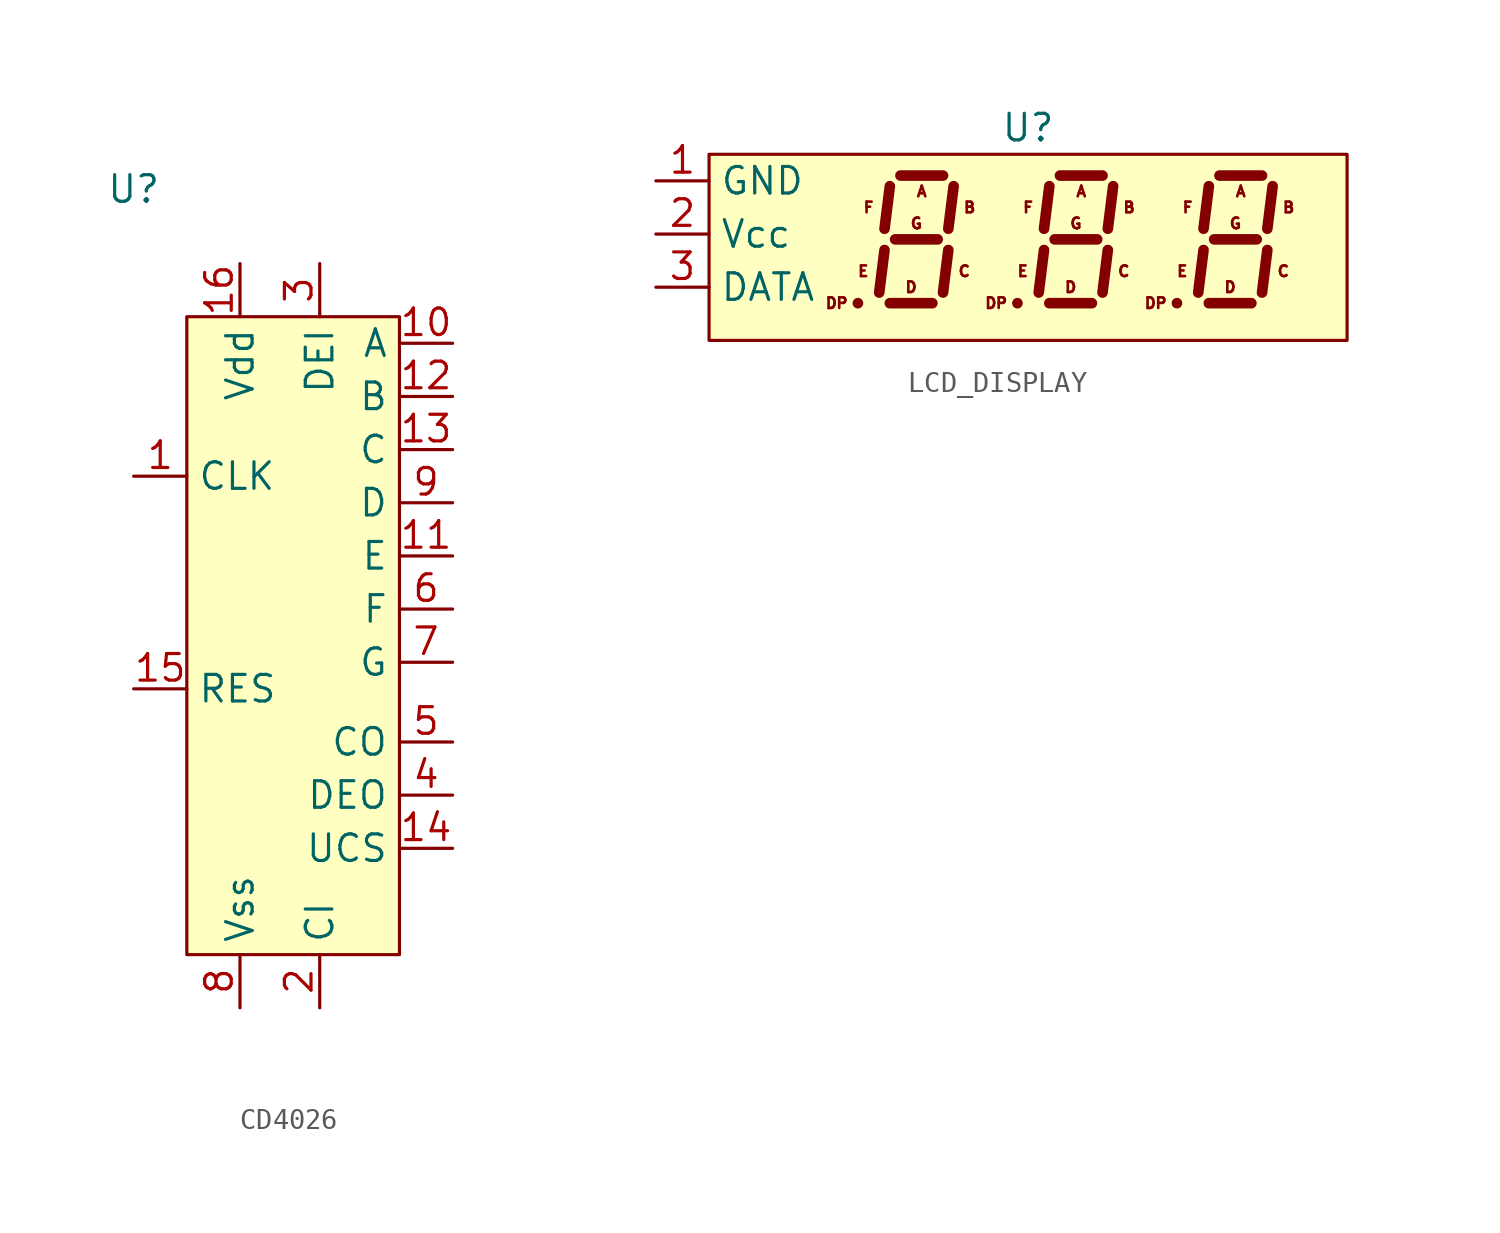
<source format=kicad_sym>
(kicad_symbol_lib
  (version 20241209)
  (generator "kicad_symbol_editor")
  (generator_version "9.0")
  (symbol "CD4026"
    (property "Reference" "U"
      (at -2.54 8.636 0)
      (effects (font (size 1.27 1.27))))
    (property "Value" ""
      (at 0 0 0)
      (effects (font (size 1.27 1.27))))
    (symbol "CD4026_1_1"
      (rectangle (start 0 2.54) (end 10.16 -27.94) (stroke (width 0) (type solid)) (fill (type background)))
      (pin input line (at -2.54 -5.08 0) (length 2.54) (name "CLK" (effects (font (size 1.27 1.27)))) (number "1" (effects (font (size 1.27 1.27)))))
      (pin input line (at -2.54 -15.24 0) (length 2.54) (name "RES" (effects (font (size 1.27 1.27)))) (number "15" (effects (font (size 1.27 1.27)))))
      (pin input line (at 2.54 5.08 270) (length 2.54) (name "Vdd" (effects (font (size 1.27 1.27)))) (number "16" (effects (font (size 1.27 1.27)))))
      (pin input line (at 2.54 -30.48 90) (length 2.54) (name "Vss" (effects (font (size 1.27 1.27)))) (number "8" (effects (font (size 1.27 1.27)))))
      (pin input line (at 6.35 5.08 270) (length 2.54) (name "DEI" (effects (font (size 1.27 1.27)))) (number "3" (effects (font (size 1.27 1.27)))))
      (pin input line (at 6.35 -30.48 90) (length 2.54) (name "CI" (effects (font (size 1.27 1.27)))) (number "2" (effects (font (size 1.27 1.27)))))
      (pin input line (at 12.7 1.27 180) (length 2.54) (name "A" (effects (font (size 1.27 1.27)))) (number "10" (effects (font (size 1.27 1.27)))))
      (pin input line (at 12.7 -1.27 180) (length 2.54) (name "B" (effects (font (size 1.27 1.27)))) (number "12" (effects (font (size 1.27 1.27)))))
      (pin input line (at 12.7 -3.81 180) (length 2.54) (name "C" (effects (font (size 1.27 1.27)))) (number "13" (effects (font (size 1.27 1.27)))))
      (pin input line (at 12.7 -6.35 180) (length 2.54) (name "D" (effects (font (size 1.27 1.27)))) (number "9" (effects (font (size 1.27 1.27)))))
      (pin input line (at 12.7 -8.89 180) (length 2.54) (name "E" (effects (font (size 1.27 1.27)))) (number "11" (effects (font (size 1.27 1.27)))))
      (pin input line (at 12.7 -11.43 180) (length 2.54) (name "F" (effects (font (size 1.27 1.27)))) (number "6" (effects (font (size 1.27 1.27)))))
      (pin input line (at 12.7 -13.97 180) (length 2.54) (name "G" (effects (font (size 1.27 1.27)))) (number "7" (effects (font (size 1.27 1.27)))))
      (pin input line (at 12.7 -17.78 180) (length 2.54) (name "CO" (effects (font (size 1.27 1.27)))) (number "5" (effects (font (size 1.27 1.27)))))
      (pin input line (at 12.7 -20.32 180) (length 2.54) (name "DEO" (effects (font (size 1.27 1.27)))) (number "4" (effects (font (size 1.27 1.27)))))
      (pin input line (at 12.7 -22.86 180) (length 2.54) (name "UCS" (effects (font (size 1.27 1.27)))) (number "14" (effects (font (size 1.27 1.27)))))))
  (symbol "LCD_DISPLAY"
    (property "Reference" "U"
      (at 0 0 0)
      (effects (font (size 1.27 1.27))))
    (property "Value" ""
      (at 0 0 0)
      (effects (font (size 1.27 1.27))))
    (symbol "LCD_DISPLAY_0_0"
      (text "DP" (at -9.144 -8.382 0) (effects (font (size 0.508 0.508))))
      (text "E" (at -7.874 -6.858 0) (effects (font (size 0.508 0.508))))
      (text "F" (at -7.62 -3.81 0) (effects (font (size 0.508 0.508))))
      (text "D" (at -5.588 -7.62 0) (effects (font (size 0.508 0.508))))
      (text "G" (at -5.334 -4.572 0) (effects (font (size 0.508 0.508))))
      (text "A" (at -5.08 -3.048 0) (effects (font (size 0.508 0.508))))
      (text "C" (at -3.048 -6.858 0) (effects (font (size 0.508 0.508))))
      (text "B" (at -2.794 -3.81 0) (effects (font (size 0.508 0.508))))
      (text "DP" (at -1.524 -8.382 0) (effects (font (size 0.508 0.508))))
      (text "E" (at -0.254 -6.858 0) (effects (font (size 0.508 0.508))))
      (text "F" (at 0 -3.81 0) (effects (font (size 0.508 0.508))))
      (text "D" (at 2.032 -7.62 0) (effects (font (size 0.508 0.508))))
      (text "G" (at 2.286 -4.572 0) (effects (font (size 0.508 0.508))))
      (text "A" (at 2.54 -3.048 0) (effects (font (size 0.508 0.508))))
      (text "C" (at 4.572 -6.858 0) (effects (font (size 0.508 0.508))))
      (text "B" (at 4.826 -3.81 0) (effects (font (size 0.508 0.508))))
      (text "DP" (at 6.096 -8.382 0) (effects (font (size 0.508 0.508))))
      (text "E" (at 7.366 -6.858 0) (effects (font (size 0.508 0.508))))
      (text "F" (at 7.62 -3.81 0) (effects (font (size 0.508 0.508))))
      (text "D" (at 9.652 -7.62 0) (effects (font (size 0.508 0.508))))
      (text "G" (at 9.906 -4.572 0) (effects (font (size 0.508 0.508))))
      (text "A" (at 10.16 -3.048 0) (effects (font (size 0.508 0.508))))
      (text "C" (at 12.192 -6.858 0) (effects (font (size 0.508 0.508))))
      (text "B" (at 12.446 -3.81 0) (effects (font (size 0.508 0.508)))))
    (symbol "LCD_DISPLAY_0_1"
      (polyline (pts (xy -8.128 -8.382) (xy -8.128 -8.382)) (stroke (width 0.508) (type default)) (fill (type none)))
      (polyline (pts (xy -6.858 -5.842) (xy -7.112 -7.874)) (stroke (width 0.508) (type default)) (fill (type none)))
      (polyline (pts (xy -6.604 -2.794) (xy -6.858 -4.826)) (stroke (width 0.508) (type default)) (fill (type none)))
      (polyline (pts (xy -6.604 -8.382) (xy -4.572 -8.382)) (stroke (width 0.508) (type default)) (fill (type none)))
      (polyline (pts (xy -6.35 -5.334) (xy -4.318 -5.334)) (stroke (width 0.508) (type default)) (fill (type none)))
      (polyline (pts (xy -6.096 -2.286) (xy -4.064 -2.286)) (stroke (width 0.508) (type default)) (fill (type none)))
      (polyline (pts (xy -3.81 -5.842) (xy -4.064 -7.874)) (stroke (width 0.508) (type default)) (fill (type none)))
      (polyline (pts (xy -3.556 -2.794) (xy -3.81 -4.826)) (stroke (width 0.508) (type default)) (fill (type none)))
      (polyline (pts (xy -0.508 -8.382) (xy -0.508 -8.382)) (stroke (width 0.508) (type default)) (fill (type none)))
      (polyline (pts (xy 0.762 -5.842) (xy 0.508 -7.874)) (stroke (width 0.508) (type default)) (fill (type none)))
      (polyline (pts (xy 1.016 -2.794) (xy 0.762 -4.826)) (stroke (width 0.508) (type default)) (fill (type none)))
      (polyline (pts (xy 1.016 -8.382) (xy 3.048 -8.382)) (stroke (width 0.508) (type default)) (fill (type none)))
      (polyline (pts (xy 1.27 -5.334) (xy 3.302 -5.334)) (stroke (width 0.508) (type default)) (fill (type none)))
      (polyline (pts (xy 1.524 -2.286) (xy 3.556 -2.286)) (stroke (width 0.508) (type default)) (fill (type none)))
      (polyline (pts (xy 3.81 -5.842) (xy 3.556 -7.874)) (stroke (width 0.508) (type default)) (fill (type none)))
      (polyline (pts (xy 4.064 -2.794) (xy 3.81 -4.826)) (stroke (width 0.508) (type default)) (fill (type none)))
      (polyline (pts (xy 7.112 -8.382) (xy 7.112 -8.382)) (stroke (width 0.508) (type default)) (fill (type none)))
      (polyline (pts (xy 8.382 -5.842) (xy 8.128 -7.874)) (stroke (width 0.508) (type default)) (fill (type none)))
      (polyline (pts (xy 8.636 -2.794) (xy 8.382 -4.826)) (stroke (width 0.508) (type default)) (fill (type none)))
      (polyline (pts (xy 8.636 -8.382) (xy 10.668 -8.382)) (stroke (width 0.508) (type default)) (fill (type none)))
      (polyline (pts (xy 8.89 -5.334) (xy 10.922 -5.334)) (stroke (width 0.508) (type default)) (fill (type none)))
      (polyline (pts (xy 9.144 -2.286) (xy 11.176 -2.286)) (stroke (width 0.508) (type default)) (fill (type none)))
      (polyline (pts (xy 11.43 -5.842) (xy 11.176 -7.874)) (stroke (width 0.508) (type default)) (fill (type none)))
      (polyline (pts (xy 11.684 -2.794) (xy 11.43 -4.826)) (stroke (width 0.508) (type default)) (fill (type none))))
    (symbol "LCD_DISPLAY_1_1"
      (rectangle (start -15.24 -1.27) (end 15.24 -10.16) (stroke (width 0) (type solid)) (fill (type background)))
      (pin input line (at -17.78 -2.54 0) (length 2.54) (name "GND" (effects (font (size 1.27 1.27)))) (number "1" (effects (font (size 1.27 1.27)))))
      (pin input line (at -17.78 -5.08 0) (length 2.54) (name "Vcc" (effects (font (size 1.27 1.27)))) (number "2" (effects (font (size 1.27 1.27)))))
      (pin input line (at -17.78 -7.62 0) (length 2.54) (name "DATA" (effects (font (size 1.27 1.27)))) (number "3" (effects (font (size 1.27 1.27))))))))
</source>
